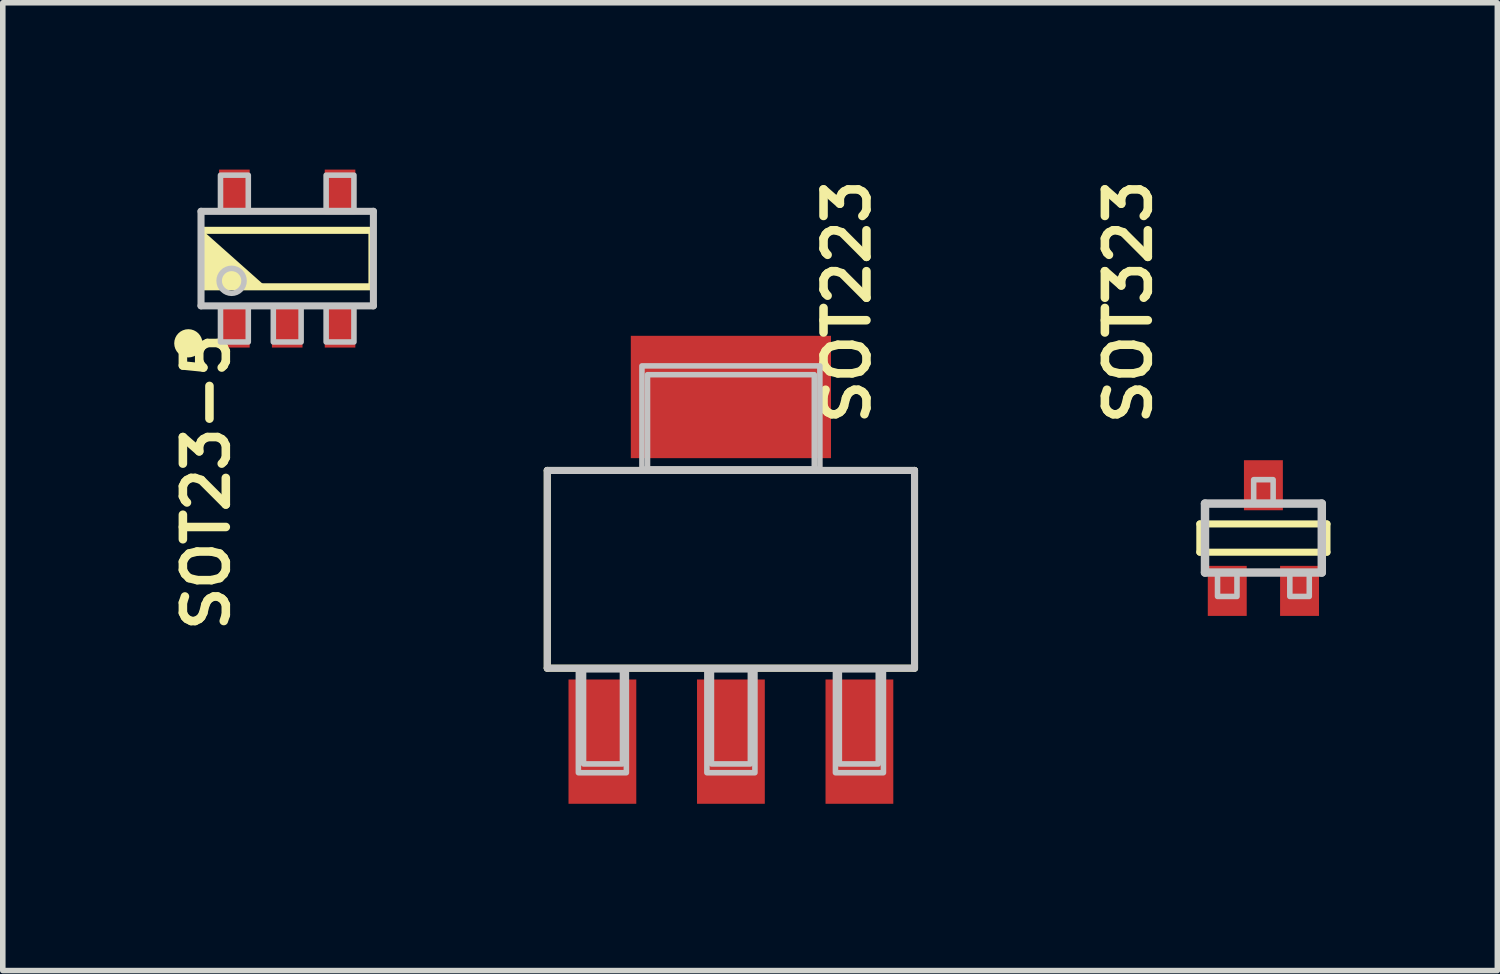
<source format=kicad_pcb>
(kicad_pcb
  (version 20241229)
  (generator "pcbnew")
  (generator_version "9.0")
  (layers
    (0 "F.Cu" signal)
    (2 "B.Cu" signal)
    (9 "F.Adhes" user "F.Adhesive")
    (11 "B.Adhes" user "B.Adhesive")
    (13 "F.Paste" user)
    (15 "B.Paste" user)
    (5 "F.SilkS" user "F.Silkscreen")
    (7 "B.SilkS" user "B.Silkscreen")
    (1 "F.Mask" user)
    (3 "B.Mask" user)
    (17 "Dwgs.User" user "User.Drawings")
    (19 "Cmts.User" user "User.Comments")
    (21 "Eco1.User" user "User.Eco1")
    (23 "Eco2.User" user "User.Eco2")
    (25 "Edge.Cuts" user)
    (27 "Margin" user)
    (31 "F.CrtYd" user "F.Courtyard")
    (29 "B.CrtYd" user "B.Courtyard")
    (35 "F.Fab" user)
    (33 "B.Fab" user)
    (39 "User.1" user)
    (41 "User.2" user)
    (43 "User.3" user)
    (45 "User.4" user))
  (footprint "SOT323"
    (layer "F.Cu")
    (at 19.67 6.626)
    (property "Reference" "SOT323" (at -1.976 -1.978 90) (layer "F.SilkS") (effects (font (size 0.772 0.772) (thickness 0.154)) (justify left bottom)))
    (attr through_hole)
    (fp_line (start -1.143 -0.254) (end 1.143 -0.254) (stroke (width 0.127) (type solid)) (layer "F.SilkS"))
    (fp_line (start -1.143 0.254) (end -1.143 -0.254) (stroke (width 0.127) (type solid)) (layer "F.SilkS"))
    (fp_line (start 1.143 -0.254) (end 1.143 0.254) (stroke (width 0.127) (type solid)) (layer "F.SilkS"))
    (fp_line (start 1.143 0.254) (end -1.143 0.254) (stroke (width 0.127) (type solid)) (layer "F.SilkS"))
    (fp_line (start -1.05 -0.62) (end 1.05 -0.62) (stroke (width 0.152) (type solid)) (layer "Dwgs.User"))
    (fp_line (start -1.05 0.62) (end -1.05 -0.62) (stroke (width 0.152) (type solid)) (layer "Dwgs.User"))
    (fp_line (start 1.05 -0.62) (end 1.05 0.62) (stroke (width 0.152) (type solid)) (layer "Dwgs.User"))
    (fp_line (start 1.05 0.62) (end -1.05 0.62) (stroke (width 0.152) (type solid)) (layer "Dwgs.User"))
    (fp_poly (pts (xy -0.825 1.05) (xy -0.475 1.05) (xy -0.475 0.62) (xy -0.825 0.62)) (stroke (width 0.1) (type solid)) (fill no) (layer "Dwgs.User"))
    (fp_poly (pts (xy -0.175 -0.62) (xy 0.175 -0.62) (xy 0.175 -1.05) (xy -0.175 -1.05)) (stroke (width 0.1) (type solid)) (fill no) (layer "Dwgs.User"))
    (fp_poly (pts (xy 0.475 1.05) (xy 0.825 1.05) (xy 0.825 0.62) (xy 0.475 0.62)) (stroke (width 0.1) (type solid)) (fill no) (layer "Dwgs.User"))
    (pad "1" smd rect (at -0.65 0.95) (size 0.7 0.9) (layers "F.Cu" "F.Mask" "F.Paste"))
    (pad "2" smd rect (at 0.65 0.95) (size 0.7 0.9) (layers "F.Cu" "F.Mask" "F.Paste"))
    (pad "3" smd rect (at 0 -0.95) (size 0.7 0.9) (layers "F.Cu" "F.Mask" "F.Paste")))
  (footprint "SOT223"
    (layer "F.Cu")
    (at 10.094 7.188)
    (property "Reference" "SOT223" (at 2.54 -2.54 90) (layer "F.SilkS") (effects (font (size 0.772 0.772) (thickness 0.154)) (justify left bottom)))
    (attr through_hole)
    (fp_line (start -3.302 -1.778) (end 3.302 -1.778) (stroke (width 0.127) (type solid)) (layer "F.SilkS"))
    (fp_line (start -3.302 1.778) (end -3.302 -1.778) (stroke (width 0.127) (type solid)) (layer "F.SilkS"))
    (fp_line (start 3.302 -1.778) (end 3.302 1.778) (stroke (width 0.127) (type solid)) (layer "F.SilkS"))
    (fp_line (start 3.302 1.778) (end -3.302 1.778) (stroke (width 0.127) (type solid)) (layer "F.SilkS"))
    (fp_line (start -3.302 -1.778) (end 3.302 -1.778) (stroke (width 0.127) (type solid)) (layer "Dwgs.User"))
    (fp_line (start -3.302 1.778) (end -3.302 -1.778) (stroke (width 0.127) (type solid)) (layer "Dwgs.User"))
    (fp_line (start 3.302 -1.778) (end 3.302 1.778) (stroke (width 0.127) (type solid)) (layer "Dwgs.User"))
    (fp_line (start 3.302 1.778) (end -3.302 1.778) (stroke (width 0.127) (type solid)) (layer "Dwgs.User"))
    (fp_poly (pts (xy -2.743 3.658) (xy -1.88 3.658) (xy -1.88 1.803) (xy -2.743 1.803)) (stroke (width 0.1) (type solid)) (fill no) (layer "Dwgs.User"))
    (fp_poly (pts (xy -2.65 3.5) (xy -1.95 3.5) (xy -1.95 1.803) (xy -2.65 1.803)) (stroke (width 0.1) (type solid)) (fill no) (layer "Dwgs.User"))
    (fp_poly (pts (xy -1.6 -1.803) (xy 1.6 -1.803) (xy 1.6 -3.658) (xy -1.6 -3.658)) (stroke (width 0.1) (type solid)) (fill no) (layer "Dwgs.User"))
    (fp_poly (pts (xy -1.5 -1.803) (xy 1.5 -1.803) (xy 1.5 -3.5) (xy -1.5 -3.5)) (stroke (width 0.1) (type solid)) (fill no) (layer "Dwgs.User"))
    (fp_poly (pts (xy -0.432 3.658) (xy 0.432 3.658) (xy 0.432 1.803) (xy -0.432 1.803)) (stroke (width 0.1) (type solid)) (fill no) (layer "Dwgs.User"))
    (fp_poly (pts (xy -0.35 3.5) (xy 0.35 3.5) (xy 0.35 1.803) (xy -0.35 1.803)) (stroke (width 0.1) (type solid)) (fill no) (layer "Dwgs.User"))
    (fp_poly (pts (xy 1.88 3.658) (xy 2.743 3.658) (xy 2.743 1.803) (xy 1.88 1.803)) (stroke (width 0.1) (type solid)) (fill no) (layer "Dwgs.User"))
    (fp_poly (pts (xy 1.95 3.5) (xy 2.65 3.5) (xy 2.65 1.803) (xy 1.95 1.803)) (stroke (width 0.1) (type solid)) (fill no) (layer "Dwgs.User"))
    (pad "1" smd rect (at -2.311 3.099) (size 1.219 2.235) (layers "F.Cu" "F.Mask" "F.Paste"))
    (pad "2" smd rect (at 0 3.099) (size 1.219 2.235) (layers "F.Cu" "F.Mask" "F.Paste"))
    (pad "3" smd rect (at 2.311 3.099) (size 1.219 2.235) (layers "F.Cu" "F.Mask" "F.Paste"))
    (pad "PAD" smd rect (at 0 -3.099) (size 3.6 2.2) (layers "F.Cu" "F.Mask" "F.Paste")))
  (footprint "SOT23-5"
    (layer "F.Cu")
    (at 2.115 1.6)
    (property "Reference" "SOT23-5" (at -1.905 1.27 90) (layer "F.SilkS") (effects (font (size 0.772 0.772) (thickness 0.154)) (justify right top)))
    (attr through_hole)
    (fp_line (start -1.524 -0.508) (end -1.524 0.508) (stroke (width 0.127) (type solid)) (layer "F.SilkS"))
    (fp_line (start -1.524 0.508) (end 1.524 0.508) (stroke (width 0.127) (type solid)) (layer "F.SilkS"))
    (fp_line (start 1.524 -0.508) (end -1.524 -0.508) (stroke (width 0.127) (type solid)) (layer "F.SilkS"))
    (fp_line (start 1.524 0.508) (end 1.524 -0.508) (stroke (width 0.127) (type solid)) (layer "F.SilkS"))
    (fp_circle (center -1.778 1.524) (end -1.651 1.524) (stroke (width 0.254) (type solid)) (fill no) (layer "F.SilkS"))
    (fp_poly (pts (xy -1.524 0.508) (xy -0.381 0.508) (xy -1.524 -0.508)) (stroke (width 0) (type solid)) (fill yes) (layer "F.SilkS"))
    (fp_line (start -1.55 -0.85) (end -1.55 0.85) (stroke (width 0.127) (type solid)) (layer "Dwgs.User"))
    (fp_line (start -1.55 0.85) (end 1.55 0.85) (stroke (width 0.127) (type solid)) (layer "Dwgs.User"))
    (fp_line (start 1.55 -0.85) (end -1.55 -0.85) (stroke (width 0.127) (type solid)) (layer "Dwgs.User"))
    (fp_line (start 1.55 0.85) (end 1.55 -0.85) (stroke (width 0.127) (type solid)) (layer "Dwgs.User"))
    (fp_circle (center -1 0.4) (end -0.776 0.4) (stroke (width 0.1) (type solid)) (fill no) (layer "Dwgs.User"))
    (fp_poly (pts (xy -1.2 -0.85) (xy -0.7 -0.85) (xy -0.7 -1.5) (xy -1.2 -1.5)) (stroke (width 0.1) (type solid)) (fill no) (layer "Dwgs.User"))
    (fp_poly (pts (xy -1.2 1.5) (xy -0.7 1.5) (xy -0.7 0.85) (xy -1.2 0.85)) (stroke (width 0.1) (type solid)) (fill no) (layer "Dwgs.User"))
    (fp_poly (pts (xy -0.25 1.5) (xy 0.25 1.5) (xy 0.25 0.85) (xy -0.25 0.85)) (stroke (width 0.1) (type solid)) (fill no) (layer "Dwgs.User"))
    (fp_poly (pts (xy 0.7 -0.85) (xy 1.2 -0.85) (xy 1.2 -1.5) (xy 0.7 -1.5)) (stroke (width 0.1) (type solid)) (fill no) (layer "Dwgs.User"))
    (fp_poly (pts (xy 0.7 1.5) (xy 1.2 1.5) (xy 1.2 0.85) (xy 0.7 0.85)) (stroke (width 0.1) (type solid)) (fill no) (layer "Dwgs.User"))
    (pad "1" smd rect (at -0.95 1.2 90) (size 0.8 0.55) (layers "F.Cu" "F.Mask" "F.Paste"))
    (pad "2" smd rect (at 0 1.2 90) (size 0.8 0.55) (layers "F.Cu" "F.Mask" "F.Paste"))
    (pad "3" smd rect (at 0.95 1.2 90) (size 0.8 0.55) (layers "F.Cu" "F.Mask" "F.Paste"))
    (pad "4" smd rect (at 0.95 -1.2 90) (size 0.8 0.55) (layers "F.Cu" "F.Mask" "F.Paste"))
    (pad "5" smd rect (at -0.95 -1.2 90) (size 0.8 0.55) (layers "F.Cu" "F.Mask" "F.Paste")))
  (gr_rect
    (start -3 -3)
    (end 23.877 14.404)
    (stroke (width 0.1) (type default))
    (fill no)
    (layer "Edge.Cuts")))
</source>
